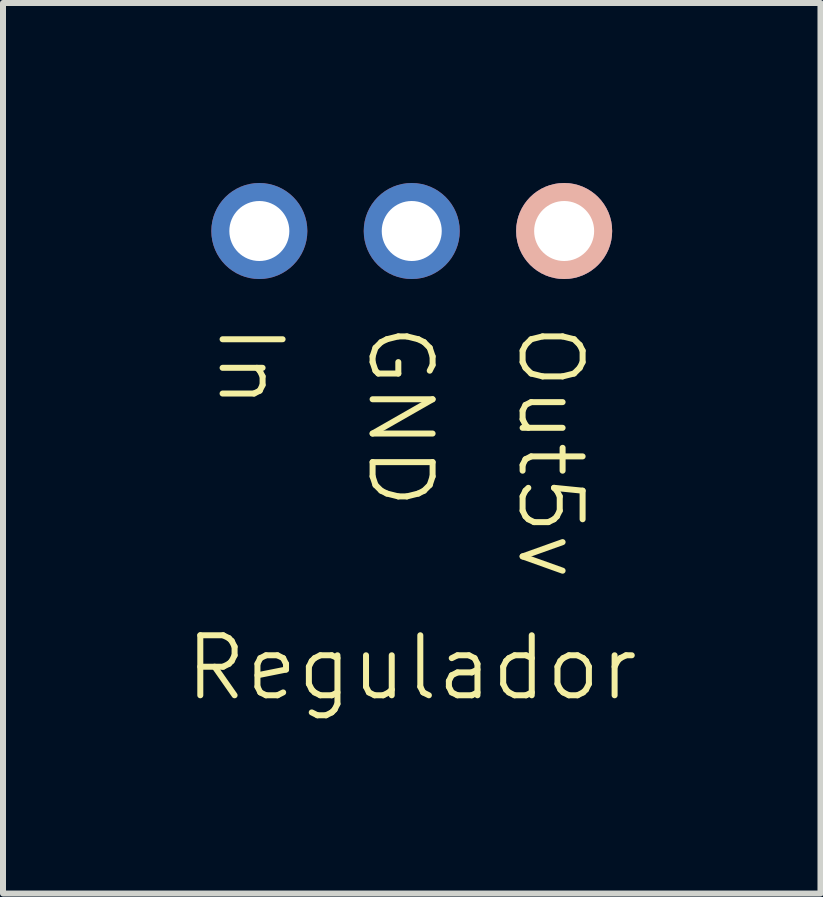
<source format=kicad_pcb>
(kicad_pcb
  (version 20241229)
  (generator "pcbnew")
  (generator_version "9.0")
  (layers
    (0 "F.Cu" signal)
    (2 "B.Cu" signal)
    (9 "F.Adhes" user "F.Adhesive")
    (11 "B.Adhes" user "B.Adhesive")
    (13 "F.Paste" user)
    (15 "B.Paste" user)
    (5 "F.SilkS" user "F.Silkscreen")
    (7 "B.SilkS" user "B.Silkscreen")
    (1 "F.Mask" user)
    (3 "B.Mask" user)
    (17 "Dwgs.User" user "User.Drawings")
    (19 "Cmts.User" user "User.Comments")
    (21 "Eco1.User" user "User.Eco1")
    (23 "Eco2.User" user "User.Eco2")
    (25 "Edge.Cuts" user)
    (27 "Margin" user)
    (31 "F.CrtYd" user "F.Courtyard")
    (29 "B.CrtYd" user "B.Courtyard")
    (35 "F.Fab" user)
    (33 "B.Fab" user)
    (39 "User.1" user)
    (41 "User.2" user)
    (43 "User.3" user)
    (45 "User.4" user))
  (footprint "Regulador"
    (layer "F.Cu")
    (at 3.812 8.58)
    (property "Reference" "Regulador" (at 0 -0.5 0) (unlocked yes) (layer "F.SilkS") (effects (font (size 1 1) (thickness 0.1))))
    (attr board_only exclude_from_pos_files exclude_from_bom)
    (fp_text user "GND" (at -0.78 -6.28 270) (unlocked yes) (layer "F.SilkS") (effects (font (size 1 1) (thickness 0.1)) (justify left bottom)))
    (fp_text user "Out5v" (at 1.72 -6.28 270) (unlocked yes) (layer "F.SilkS") (effects (font (size 1 1) (thickness 0.1)) (justify left bottom)))
    (fp_text user "In" (at -3.28 -6.28 270) (unlocked yes) (layer "F.SilkS") (effects (font (size 1 1) (thickness 0.1)) (justify left bottom)))
    (pad "1" thru_hole oval (at 2.54 -7.78 270) (size 1.6 1.6) (drill 1) (layers "*.Cu" "*.Mask" "B.SilkS"))
    (pad "2" thru_hole oval (at 0 -7.78 270) (size 1.6 1.6) (drill 1) (layers "*.Cu" "*.Mask"))
    (pad "3" thru_hole oval (at -2.54 -7.78 270) (size 1.6 1.6) (drill 1) (layers "*.Cu" "*.Mask")))
  (gr_rect
    (start -3 -3)
    (end 10.624 11.841)
    (stroke (width 0.1) (type default))
    (fill no)
    (layer "Edge.Cuts")))
</source>
